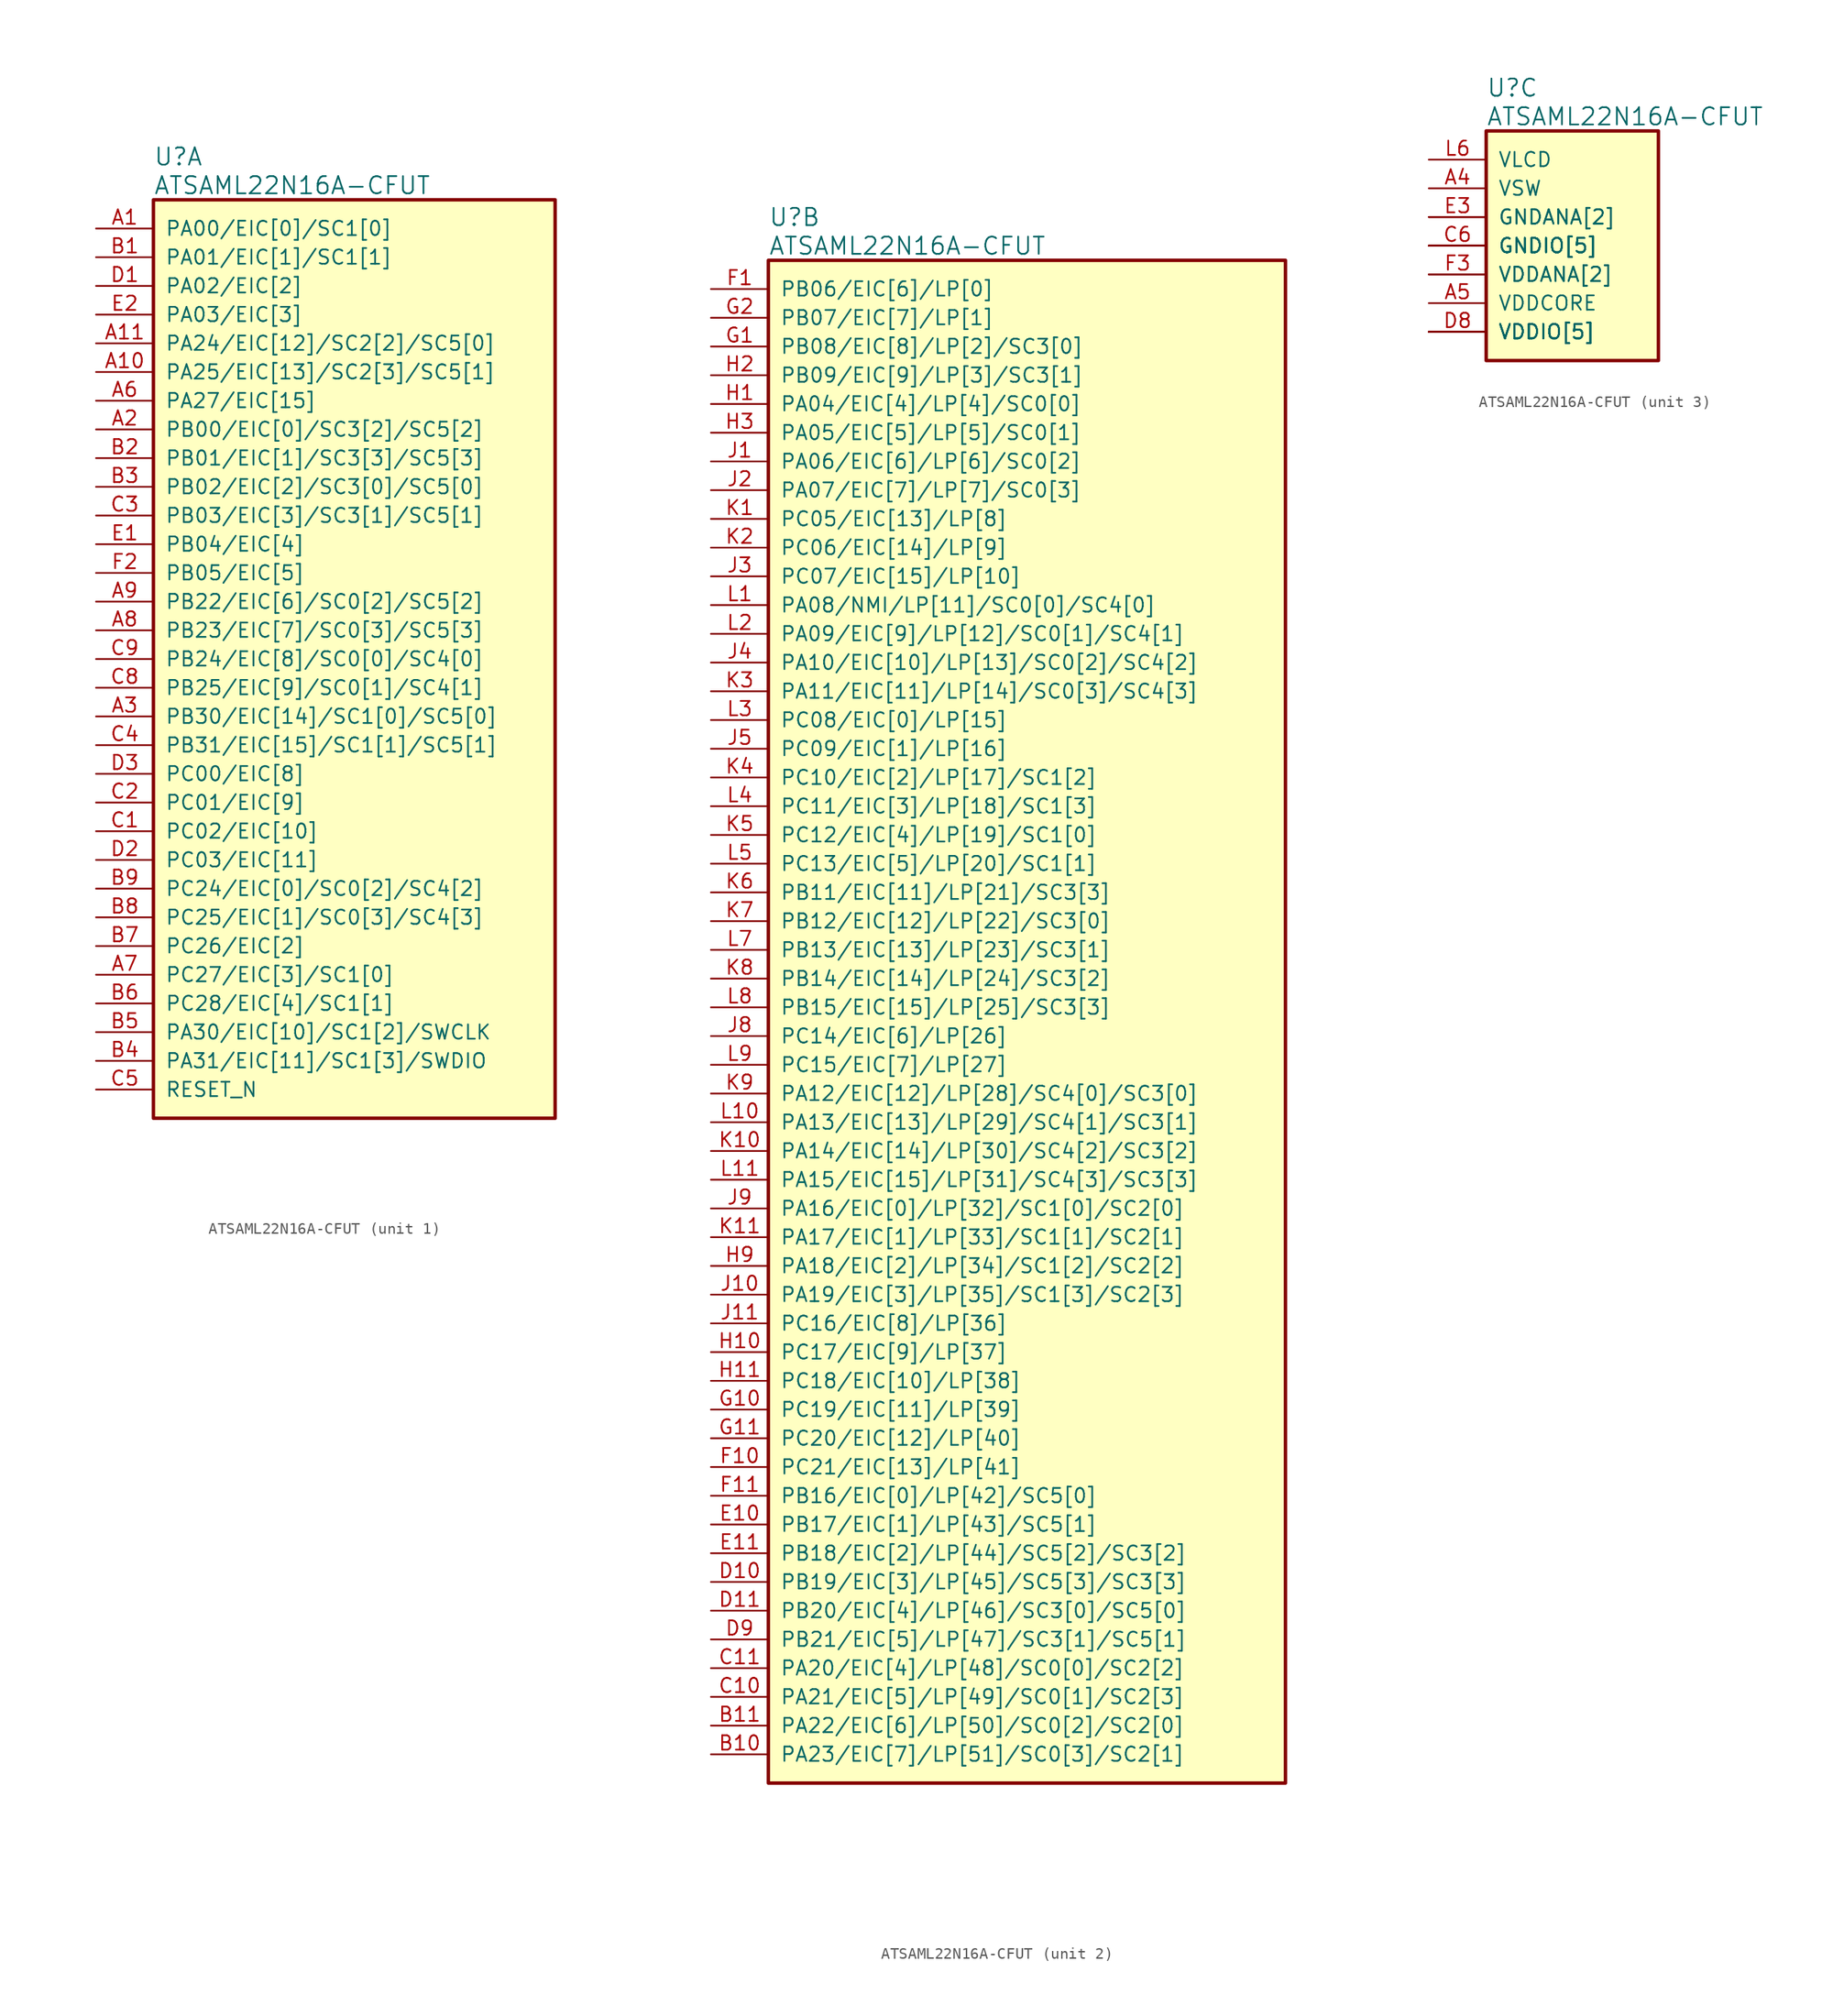
<source format=kicad_sym>
(kicad_symbol_lib
  (version 20201005)
  (generator kicad_symbol_editor)
  (symbol "gsd-kicad:ATSAML22N16A-CFUT"
    (pin_names
      (offset 1.016))
    (property "Reference" "U"
      (at 5.08 6.35 0)
      (effects (font (size 1.524 1.524)) (justify left)))
    (property "Value" "ATSAML22N16A-CFUT"
      (at 5.08 3.81 0)
      (effects (font (size 1.524 1.524)) (justify left)))
    (property "ki_locked" ""
      (at 0 0 0)
      (effects (font (size 1.27 1.27))))
    (symbol "ATSAML22N16A-CFUT_1_1"
      (rectangle (start 5.08 2.54) (end 40.64 -78.74) (stroke (width 0.305)) (fill (type background)))
      (pin bidirectional line (at 0 0 0) (length 5.08) (name "PA00/EIC[0]/SC1[0]" (effects (font (size 1.27 1.27)))) (number "A1" (effects (font (size 1.27 1.27)))))
      (pin bidirectional line (at 0 -2.54 0) (length 5.08) (name "PA01/EIC[1]/SC1[1]" (effects (font (size 1.27 1.27)))) (number "B1" (effects (font (size 1.27 1.27)))))
      (pin bidirectional line (at 0 -5.08 0) (length 5.08) (name "PA02/EIC[2]" (effects (font (size 1.27 1.27)))) (number "D1" (effects (font (size 1.27 1.27)))))
      (pin bidirectional line (at 0 -7.62 0) (length 5.08) (name "PA03/EIC[3]" (effects (font (size 1.27 1.27)))) (number "E2" (effects (font (size 1.27 1.27)))))
      (pin bidirectional line (at 0 -10.16 0) (length 5.08) (name "PA24/EIC[12]/SC2[2]/SC5[0]" (effects (font (size 1.27 1.27)))) (number "A11" (effects (font (size 1.27 1.27)))))
      (pin bidirectional line (at 0 -12.7 0) (length 5.08) (name "PA25/EIC[13]/SC2[3]/SC5[1]" (effects (font (size 1.27 1.27)))) (number "A10" (effects (font (size 1.27 1.27)))))
      (pin bidirectional line (at 0 -15.24 0) (length 5.08) (name "PA27/EIC[15]" (effects (font (size 1.27 1.27)))) (number "A6" (effects (font (size 1.27 1.27)))))
      (pin bidirectional line (at 0 -17.78 0) (length 5.08) (name "PB00/EIC[0]/SC3[2]/SC5[2]" (effects (font (size 1.27 1.27)))) (number "A2" (effects (font (size 1.27 1.27)))))
      (pin bidirectional line (at 0 -20.32 0) (length 5.08) (name "PB01/EIC[1]/SC3[3]/SC5[3]" (effects (font (size 1.27 1.27)))) (number "B2" (effects (font (size 1.27 1.27)))))
      (pin bidirectional line (at 0 -22.86 0) (length 5.08) (name "PB02/EIC[2]/SC3[0]/SC5[0]" (effects (font (size 1.27 1.27)))) (number "B3" (effects (font (size 1.27 1.27)))))
      (pin bidirectional line (at 0 -25.4 0) (length 5.08) (name "PB03/EIC[3]/SC3[1]/SC5[1]" (effects (font (size 1.27 1.27)))) (number "C3" (effects (font (size 1.27 1.27)))))
      (pin bidirectional line (at 0 -27.94 0) (length 5.08) (name "PB04/EIC[4]" (effects (font (size 1.27 1.27)))) (number "E1" (effects (font (size 1.27 1.27)))))
      (pin bidirectional line (at 0 -30.48 0) (length 5.08) (name "PB05/EIC[5]" (effects (font (size 1.27 1.27)))) (number "F2" (effects (font (size 1.27 1.27)))))
      (pin bidirectional line (at 0 -33.02 0) (length 5.08) (name "PB22/EIC[6]/SC0[2]/SC5[2]" (effects (font (size 1.27 1.27)))) (number "A9" (effects (font (size 1.27 1.27)))))
      (pin bidirectional line (at 0 -35.56 0) (length 5.08) (name "PB23/EIC[7]/SC0[3]/SC5[3]" (effects (font (size 1.27 1.27)))) (number "A8" (effects (font (size 1.27 1.27)))))
      (pin bidirectional line (at 0 -38.1 0) (length 5.08) (name "PB24/EIC[8]/SC0[0]/SC4[0]" (effects (font (size 1.27 1.27)))) (number "C9" (effects (font (size 1.27 1.27)))))
      (pin bidirectional line (at 0 -40.64 0) (length 5.08) (name "PB25/EIC[9]/SC0[1]/SC4[1]" (effects (font (size 1.27 1.27)))) (number "C8" (effects (font (size 1.27 1.27)))))
      (pin bidirectional line (at 0 -43.18 0) (length 5.08) (name "PB30/EIC[14]/SC1[0]/SC5[0]" (effects (font (size 1.27 1.27)))) (number "A3" (effects (font (size 1.27 1.27)))))
      (pin bidirectional line (at 0 -45.72 0) (length 5.08) (name "PB31/EIC[15]/SC1[1]/SC5[1]" (effects (font (size 1.27 1.27)))) (number "C4" (effects (font (size 1.27 1.27)))))
      (pin bidirectional line (at 0 -48.26 0) (length 5.08) (name "PC00/EIC[8]" (effects (font (size 1.27 1.27)))) (number "D3" (effects (font (size 1.27 1.27)))))
      (pin bidirectional line (at 0 -50.8 0) (length 5.08) (name "PC01/EIC[9]" (effects (font (size 1.27 1.27)))) (number "C2" (effects (font (size 1.27 1.27)))))
      (pin bidirectional line (at 0 -53.34 0) (length 5.08) (name "PC02/EIC[10]" (effects (font (size 1.27 1.27)))) (number "C1" (effects (font (size 1.27 1.27)))))
      (pin bidirectional line (at 0 -55.88 0) (length 5.08) (name "PC03/EIC[11]" (effects (font (size 1.27 1.27)))) (number "D2" (effects (font (size 1.27 1.27)))))
      (pin bidirectional line (at 0 -58.42 0) (length 5.08) (name "PC24/EIC[0]/SC0[2]/SC4[2]" (effects (font (size 1.27 1.27)))) (number "B9" (effects (font (size 1.27 1.27)))))
      (pin bidirectional line (at 0 -60.96 0) (length 5.08) (name "PC25/EIC[1]/SC0[3]/SC4[3]" (effects (font (size 1.27 1.27)))) (number "B8" (effects (font (size 1.27 1.27)))))
      (pin bidirectional line (at 0 -63.5 0) (length 5.08) (name "PC26/EIC[2]" (effects (font (size 1.27 1.27)))) (number "B7" (effects (font (size 1.27 1.27)))))
      (pin bidirectional line (at 0 -66.04 0) (length 5.08) (name "PC27/EIC[3]/SC1[0]" (effects (font (size 1.27 1.27)))) (number "A7" (effects (font (size 1.27 1.27)))))
      (pin bidirectional line (at 0 -68.58 0) (length 5.08) (name "PC28/EIC[4]/SC1[1]" (effects (font (size 1.27 1.27)))) (number "B6" (effects (font (size 1.27 1.27)))))
      (pin bidirectional line (at 0 -71.12 0) (length 5.08) (name "PA30/EIC[10]/SC1[2]/SWCLK" (effects (font (size 1.27 1.27)))) (number "B5" (effects (font (size 1.27 1.27)))))
      (pin bidirectional line (at 0 -73.66 0) (length 5.08) (name "PA31/EIC[11]/SC1[3]/SWDIO" (effects (font (size 1.27 1.27)))) (number "B4" (effects (font (size 1.27 1.27)))))
      (pin bidirectional line (at 0 -76.2 0) (length 5.08) (name "RESET_N" (effects (font (size 1.27 1.27)))) (number "C5" (effects (font (size 1.27 1.27))))))
    (symbol "ATSAML22N16A-CFUT_2_1"
      (rectangle (start 5.08 2.54) (end 50.8 -132.08) (stroke (width 0.305)) (fill (type background)))
      (pin bidirectional line (at 0 0 0) (length 5.08) (name "PB06/EIC[6]/LP[0]" (effects (font (size 1.27 1.27)))) (number "F1" (effects (font (size 1.27 1.27)))))
      (pin bidirectional line (at 0 -2.54 0) (length 5.08) (name "PB07/EIC[7]/LP[1]" (effects (font (size 1.27 1.27)))) (number "G2" (effects (font (size 1.27 1.27)))))
      (pin bidirectional line (at 0 -5.08 0) (length 5.08) (name "PB08/EIC[8]/LP[2]/SC3[0]" (effects (font (size 1.27 1.27)))) (number "G1" (effects (font (size 1.27 1.27)))))
      (pin bidirectional line (at 0 -7.62 0) (length 5.08) (name "PB09/EIC[9]/LP[3]/SC3[1]" (effects (font (size 1.27 1.27)))) (number "H2" (effects (font (size 1.27 1.27)))))
      (pin bidirectional line (at 0 -10.16 0) (length 5.08) (name "PA04/EIC[4]/LP[4]/SC0[0]" (effects (font (size 1.27 1.27)))) (number "H1" (effects (font (size 1.27 1.27)))))
      (pin bidirectional line (at 0 -12.7 0) (length 5.08) (name "PA05/EIC[5]/LP[5]/SC0[1]" (effects (font (size 1.27 1.27)))) (number "H3" (effects (font (size 1.27 1.27)))))
      (pin bidirectional line (at 0 -15.24 0) (length 5.08) (name "PA06/EIC[6]/LP[6]/SC0[2]" (effects (font (size 1.27 1.27)))) (number "J1" (effects (font (size 1.27 1.27)))))
      (pin bidirectional line (at 0 -17.78 0) (length 5.08) (name "PA07/EIC[7]/LP[7]/SC0[3]" (effects (font (size 1.27 1.27)))) (number "J2" (effects (font (size 1.27 1.27)))))
      (pin bidirectional line (at 0 -20.32 0) (length 5.08) (name "PC05/EIC[13]/LP[8]" (effects (font (size 1.27 1.27)))) (number "K1" (effects (font (size 1.27 1.27)))))
      (pin bidirectional line (at 0 -22.86 0) (length 5.08) (name "PC06/EIC[14]/LP[9]" (effects (font (size 1.27 1.27)))) (number "K2" (effects (font (size 1.27 1.27)))))
      (pin bidirectional line (at 0 -25.4 0) (length 5.08) (name "PC07/EIC[15]/LP[10]" (effects (font (size 1.27 1.27)))) (number "J3" (effects (font (size 1.27 1.27)))))
      (pin bidirectional line (at 0 -27.94 0) (length 5.08) (name "PA08/NMI/LP[11]/SC0[0]/SC4[0]" (effects (font (size 1.27 1.27)))) (number "L1" (effects (font (size 1.27 1.27)))))
      (pin bidirectional line (at 0 -30.48 0) (length 5.08) (name "PA09/EIC[9]/LP[12]/SC0[1]/SC4[1]" (effects (font (size 1.27 1.27)))) (number "L2" (effects (font (size 1.27 1.27)))))
      (pin bidirectional line (at 0 -33.02 0) (length 5.08) (name "PA10/EIC[10]/LP[13]/SC0[2]/SC4[2]" (effects (font (size 1.27 1.27)))) (number "J4" (effects (font (size 1.27 1.27)))))
      (pin bidirectional line (at 0 -35.56 0) (length 5.08) (name "PA11/EIC[11]/LP[14]/SC0[3]/SC4[3]" (effects (font (size 1.27 1.27)))) (number "K3" (effects (font (size 1.27 1.27)))))
      (pin bidirectional line (at 0 -38.1 0) (length 5.08) (name "PC08/EIC[0]/LP[15]" (effects (font (size 1.27 1.27)))) (number "L3" (effects (font (size 1.27 1.27)))))
      (pin bidirectional line (at 0 -40.64 0) (length 5.08) (name "PC09/EIC[1]/LP[16]" (effects (font (size 1.27 1.27)))) (number "J5" (effects (font (size 1.27 1.27)))))
      (pin bidirectional line (at 0 -43.18 0) (length 5.08) (name "PC10/EIC[2]/LP[17]/SC1[2]" (effects (font (size 1.27 1.27)))) (number "K4" (effects (font (size 1.27 1.27)))))
      (pin bidirectional line (at 0 -45.72 0) (length 5.08) (name "PC11/EIC[3]/LP[18]/SC1[3]" (effects (font (size 1.27 1.27)))) (number "L4" (effects (font (size 1.27 1.27)))))
      (pin bidirectional line (at 0 -48.26 0) (length 5.08) (name "PC12/EIC[4]/LP[19]/SC1[0]" (effects (font (size 1.27 1.27)))) (number "K5" (effects (font (size 1.27 1.27)))))
      (pin bidirectional line (at 0 -50.8 0) (length 5.08) (name "PC13/EIC[5]/LP[20]/SC1[1]" (effects (font (size 1.27 1.27)))) (number "L5" (effects (font (size 1.27 1.27)))))
      (pin bidirectional line (at 0 -53.34 0) (length 5.08) (name "PB11/EIC[11]/LP[21]/SC3[3]" (effects (font (size 1.27 1.27)))) (number "K6" (effects (font (size 1.27 1.27)))))
      (pin bidirectional line (at 0 -55.88 0) (length 5.08) (name "PB12/EIC[12]/LP[22]/SC3[0]" (effects (font (size 1.27 1.27)))) (number "K7" (effects (font (size 1.27 1.27)))))
      (pin bidirectional line (at 0 -58.42 0) (length 5.08) (name "PB13/EIC[13]/LP[23]/SC3[1]" (effects (font (size 1.27 1.27)))) (number "L7" (effects (font (size 1.27 1.27)))))
      (pin bidirectional line (at 0 -60.96 0) (length 5.08) (name "PB14/EIC[14]/LP[24]/SC3[2]" (effects (font (size 1.27 1.27)))) (number "K8" (effects (font (size 1.27 1.27)))))
      (pin bidirectional line (at 0 -63.5 0) (length 5.08) (name "PB15/EIC[15]/LP[25]/SC3[3]" (effects (font (size 1.27 1.27)))) (number "L8" (effects (font (size 1.27 1.27)))))
      (pin bidirectional line (at 0 -66.04 0) (length 5.08) (name "PC14/EIC[6]/LP[26]" (effects (font (size 1.27 1.27)))) (number "J8" (effects (font (size 1.27 1.27)))))
      (pin bidirectional line (at 0 -68.58 0) (length 5.08) (name "PC15/EIC[7]/LP[27]" (effects (font (size 1.27 1.27)))) (number "L9" (effects (font (size 1.27 1.27)))))
      (pin bidirectional line (at 0 -71.12 0) (length 5.08) (name "PA12/EIC[12]/LP[28]/SC4[0]/SC3[0]" (effects (font (size 1.27 1.27)))) (number "K9" (effects (font (size 1.27 1.27)))))
      (pin bidirectional line (at 0 -73.66 0) (length 5.08) (name "PA13/EIC[13]/LP[29]/SC4[1]/SC3[1]" (effects (font (size 1.27 1.27)))) (number "L10" (effects (font (size 1.27 1.27)))))
      (pin bidirectional line (at 0 -76.2 0) (length 5.08) (name "PA14/EIC[14]/LP[30]/SC4[2]/SC3[2]" (effects (font (size 1.27 1.27)))) (number "K10" (effects (font (size 1.27 1.27)))))
      (pin bidirectional line (at 0 -78.74 0) (length 5.08) (name "PA15/EIC[15]/LP[31]/SC4[3]/SC3[3]" (effects (font (size 1.27 1.27)))) (number "L11" (effects (font (size 1.27 1.27)))))
      (pin bidirectional line (at 0 -81.28 0) (length 5.08) (name "PA16/EIC[0]/LP[32]/SC1[0]/SC2[0]" (effects (font (size 1.27 1.27)))) (number "J9" (effects (font (size 1.27 1.27)))))
      (pin bidirectional line (at 0 -83.82 0) (length 5.08) (name "PA17/EIC[1]/LP[33]/SC1[1]/SC2[1]" (effects (font (size 1.27 1.27)))) (number "K11" (effects (font (size 1.27 1.27)))))
      (pin bidirectional line (at 0 -86.36 0) (length 5.08) (name "PA18/EIC[2]/LP[34]/SC1[2]/SC2[2]" (effects (font (size 1.27 1.27)))) (number "H9" (effects (font (size 1.27 1.27)))))
      (pin bidirectional line (at 0 -88.9 0) (length 5.08) (name "PA19/EIC[3]/LP[35]/SC1[3]/SC2[3]" (effects (font (size 1.27 1.27)))) (number "J10" (effects (font (size 1.27 1.27)))))
      (pin bidirectional line (at 0 -91.44 0) (length 5.08) (name "PC16/EIC[8]/LP[36]" (effects (font (size 1.27 1.27)))) (number "J11" (effects (font (size 1.27 1.27)))))
      (pin bidirectional line (at 0 -93.98 0) (length 5.08) (name "PC17/EIC[9]/LP[37]" (effects (font (size 1.27 1.27)))) (number "H10" (effects (font (size 1.27 1.27)))))
      (pin bidirectional line (at 0 -96.52 0) (length 5.08) (name "PC18/EIC[10]/LP[38]" (effects (font (size 1.27 1.27)))) (number "H11" (effects (font (size 1.27 1.27)))))
      (pin bidirectional line (at 0 -99.06 0) (length 5.08) (name "PC19/EIC[11]/LP[39]" (effects (font (size 1.27 1.27)))) (number "G10" (effects (font (size 1.27 1.27)))))
      (pin bidirectional line (at 0 -101.6 0) (length 5.08) (name "PC20/EIC[12]/LP[40]" (effects (font (size 1.27 1.27)))) (number "G11" (effects (font (size 1.27 1.27)))))
      (pin bidirectional line (at 0 -104.14 0) (length 5.08) (name "PC21/EIC[13]/LP[41]" (effects (font (size 1.27 1.27)))) (number "F10" (effects (font (size 1.27 1.27)))))
      (pin bidirectional line (at 0 -106.68 0) (length 5.08) (name "PB16/EIC[0]/LP[42]/SC5[0]" (effects (font (size 1.27 1.27)))) (number "F11" (effects (font (size 1.27 1.27)))))
      (pin bidirectional line (at 0 -109.22 0) (length 5.08) (name "PB17/EIC[1]/LP[43]/SC5[1]" (effects (font (size 1.27 1.27)))) (number "E10" (effects (font (size 1.27 1.27)))))
      (pin bidirectional line (at 0 -111.76 0) (length 5.08) (name "PB18/EIC[2]/LP[44]/SC5[2]/SC3[2]" (effects (font (size 1.27 1.27)))) (number "E11" (effects (font (size 1.27 1.27)))))
      (pin bidirectional line (at 0 -114.3 0) (length 5.08) (name "PB19/EIC[3]/LP[45]/SC5[3]/SC3[3]" (effects (font (size 1.27 1.27)))) (number "D10" (effects (font (size 1.27 1.27)))))
      (pin bidirectional line (at 0 -116.84 0) (length 5.08) (name "PB20/EIC[4]/LP[46]/SC3[0]/SC5[0]" (effects (font (size 1.27 1.27)))) (number "D11" (effects (font (size 1.27 1.27)))))
      (pin bidirectional line (at 0 -119.38 0) (length 5.08) (name "PB21/EIC[5]/LP[47]/SC3[1]/SC5[1]" (effects (font (size 1.27 1.27)))) (number "D9" (effects (font (size 1.27 1.27)))))
      (pin bidirectional line (at 0 -121.92 0) (length 5.08) (name "PA20/EIC[4]/LP[48]/SC0[0]/SC2[2]" (effects (font (size 1.27 1.27)))) (number "C11" (effects (font (size 1.27 1.27)))))
      (pin bidirectional line (at 0 -124.46 0) (length 5.08) (name "PA21/EIC[5]/LP[49]/SC0[1]/SC2[3]" (effects (font (size 1.27 1.27)))) (number "C10" (effects (font (size 1.27 1.27)))))
      (pin bidirectional line (at 0 -127 0) (length 5.08) (name "PA22/EIC[6]/LP[50]/SC0[2]/SC2[0]" (effects (font (size 1.27 1.27)))) (number "B11" (effects (font (size 1.27 1.27)))))
      (pin bidirectional line (at 0 -129.54 0) (length 5.08) (name "PA23/EIC[7]/LP[51]/SC0[3]/SC2[1]" (effects (font (size 1.27 1.27)))) (number "B10" (effects (font (size 1.27 1.27))))))
    (symbol "ATSAML22N16A-CFUT_3_1"
      (rectangle (start 5.08 2.54) (end 20.32 -17.78) (stroke (width 0.305)) (fill (type background)))
      (pin power_in line (at 0 0 0) (length 5.08) (name "VLCD" (effects (font (size 1.27 1.27)))) (number "L6" (effects (font (size 1.27 1.27)))))
      (pin power_in line (at 0 -2.54 0) (length 5.08) (name "VSW" (effects (font (size 1.27 1.27)))) (number "A4" (effects (font (size 1.27 1.27)))))
      (pin power_in line (at 0 -5.08 0) (length 5.08) (name "GNDANA[2]" (effects (font (size 1.27 1.27)))) (number "E3" (effects (font (size 1.27 1.27)))))
      (pin power_in line (at 0 -5.08 0) (length 5.08) (name "GNDANA[2]" (effects (font (size 1.27 1.27)))) (number "H4" (effects (font (size 0 0)))))
      (pin power_in line (at 0 -7.62 0) (length 5.08) (name "GNDIO[5]" (effects (font (size 1.27 1.27)))) (number "C6" (effects (font (size 1.27 1.27)))))
      (pin power_in line (at 0 -7.62 0) (length 5.08) (name "GNDIO[5]" (effects (font (size 1.27 1.27)))) (number "H4" (effects (font (size 0 0)))))
      (pin power_in line (at 0 -7.62 0) (length 5.08) (name "GNDIO[5]" (effects (font (size 1.27 1.27)))) (number "J7" (effects (font (size 0 0)))))
      (pin power_in line (at 0 -7.62 0) (length 5.08) (name "GNDIO[5]" (effects (font (size 1.27 1.27)))) (number "G9" (effects (font (size 0 0)))))
      (pin power_in line (at 0 -7.62 0) (length 5.08) (name "GNDIO[5]" (effects (font (size 1.27 1.27)))) (number "E9" (effects (font (size 0 0)))))
      (pin power_in line (at 0 -10.16 0) (length 5.08) (name "VDDANA[2]" (effects (font (size 1.27 1.27)))) (number "F3" (effects (font (size 1.27 1.27)))))
      (pin power_in line (at 0 -10.16 0) (length 5.08) (name "VDDANA[2]" (effects (font (size 1.27 1.27)))) (number "G3" (effects (font (size 0 0)))))
      (pin power_in line (at 0 -12.7 0) (length 5.08) (name "VDDCORE" (effects (font (size 1.27 1.27)))) (number "A5" (effects (font (size 1.27 1.27)))))
      (pin power_in line (at 0 -15.24 0) (length 5.08) (name "VDDIO[5]" (effects (font (size 1.27 1.27)))) (number "D8" (effects (font (size 1.27 1.27)))))
      (pin power_in line (at 0 -15.24 0) (length 5.08) (name "VDDIO[5]" (effects (font (size 1.27 1.27)))) (number "D4" (effects (font (size 0 0)))))
      (pin power_in line (at 0 -15.24 0) (length 5.08) (name "VDDIO[5]" (effects (font (size 1.27 1.27)))) (number "J6" (effects (font (size 0 0)))))
      (pin power_in line (at 0 -15.24 0) (length 5.08) (name "VDDIO[5]" (effects (font (size 1.27 1.27)))) (number "H8" (effects (font (size 0 0)))))
      (pin power_in line (at 0 -15.24 0) (length 5.08) (name "VDDIO[5]" (effects (font (size 1.27 1.27)))) (number "F9" (effects (font (size 0 0))))))))
</source>
